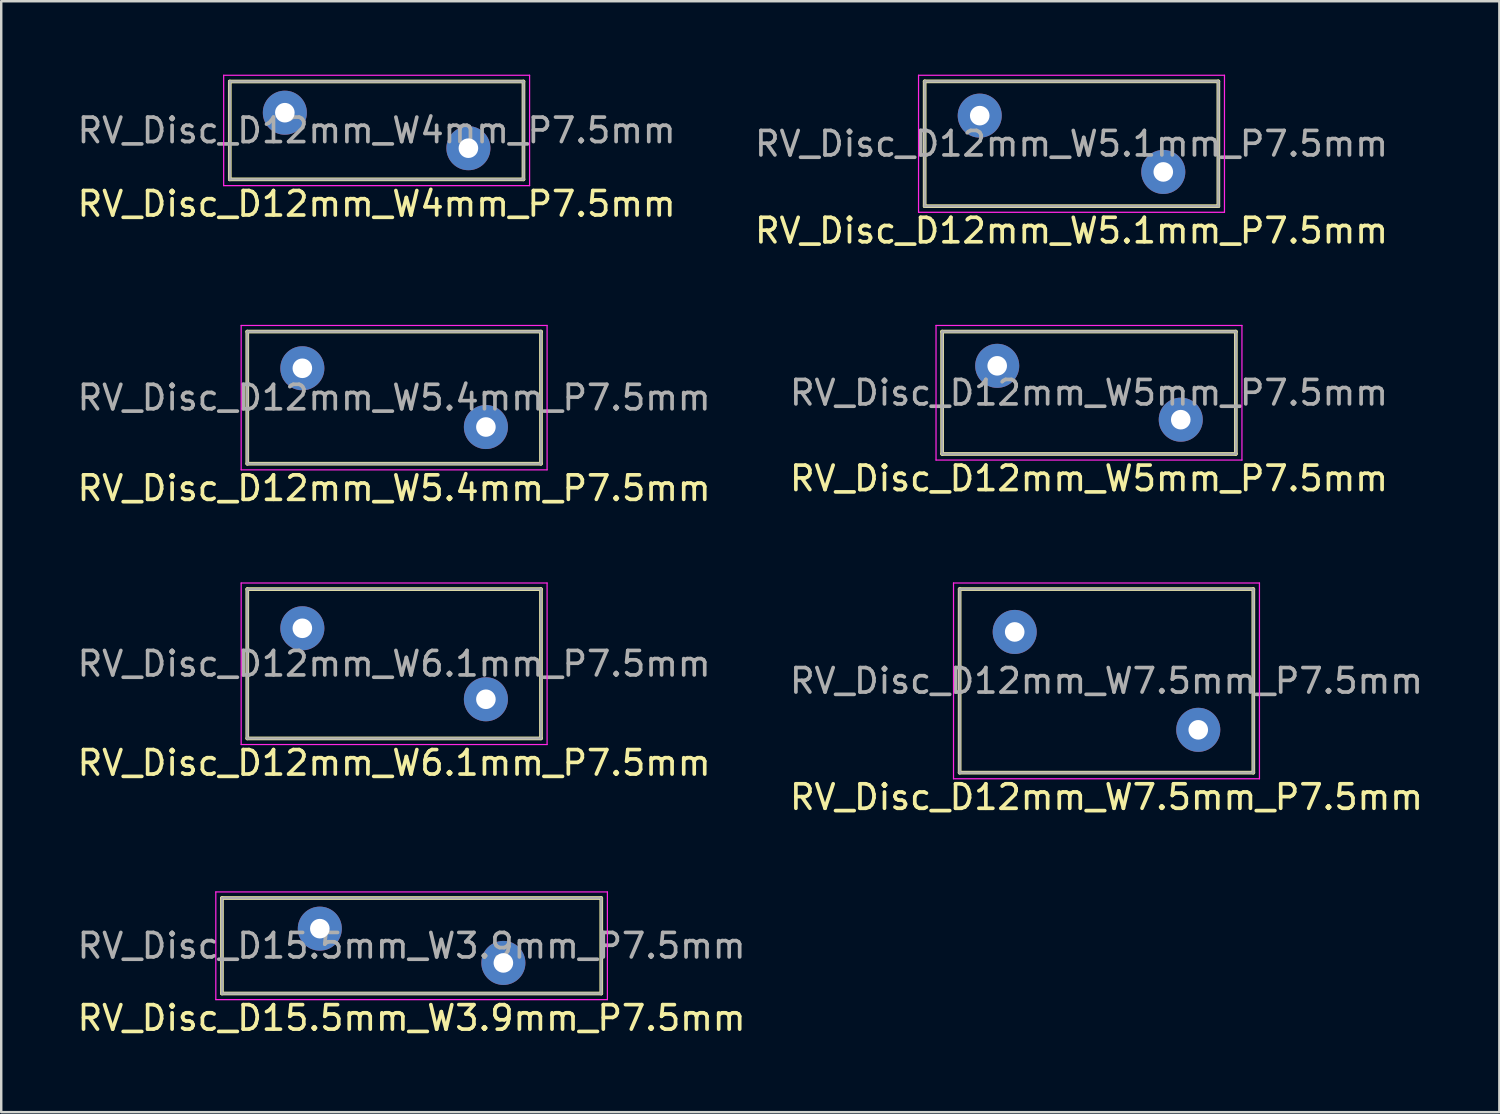
<source format=kicad_pcb>
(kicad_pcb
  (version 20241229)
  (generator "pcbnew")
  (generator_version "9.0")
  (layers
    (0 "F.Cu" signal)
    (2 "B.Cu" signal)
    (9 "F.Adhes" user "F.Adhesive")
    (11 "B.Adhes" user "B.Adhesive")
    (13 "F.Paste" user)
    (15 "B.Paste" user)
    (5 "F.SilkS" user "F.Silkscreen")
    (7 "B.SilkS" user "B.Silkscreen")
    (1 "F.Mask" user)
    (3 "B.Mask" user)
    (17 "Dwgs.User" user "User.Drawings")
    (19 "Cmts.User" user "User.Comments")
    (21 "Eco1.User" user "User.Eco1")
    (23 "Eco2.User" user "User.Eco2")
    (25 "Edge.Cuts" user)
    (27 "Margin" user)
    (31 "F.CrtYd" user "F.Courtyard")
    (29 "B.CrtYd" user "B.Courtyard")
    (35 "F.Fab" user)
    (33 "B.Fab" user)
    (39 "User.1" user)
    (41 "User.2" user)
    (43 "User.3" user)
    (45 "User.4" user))
  (footprint "RV_Disc_D12mm_W5mm_P7.5mm"
    (layer "F.Cu")
    (at 37.696 11.898)
    (property "Reference" "RV_Disc_D12mm_W5mm_P7.5mm" (at 3.75 4.6 0) (layer "F.SilkS") (effects (font (size 1 1) (thickness 0.15))))
    (attr through_hole)
    (fp_line (start -2.25 -1.4) (end -2.25 3.6) (stroke (width 0.15) (type solid)) (layer "F.SilkS"))
    (fp_line (start -2.25 -1.4) (end 9.75 -1.4) (stroke (width 0.15) (type solid)) (layer "F.SilkS"))
    (fp_line (start -2.25 3.6) (end 9.75 3.6) (stroke (width 0.15) (type solid)) (layer "F.SilkS"))
    (fp_line (start 9.75 -1.4) (end 9.75 3.6) (stroke (width 0.15) (type solid)) (layer "F.SilkS"))
    (fp_line (start -2.5 -1.65) (end -2.5 3.85) (stroke (width 0.05) (type solid)) (layer "F.CrtYd"))
    (fp_line (start -2.5 -1.65) (end 10 -1.65) (stroke (width 0.05) (type solid)) (layer "F.CrtYd"))
    (fp_line (start -2.5 3.85) (end 10 3.85) (stroke (width 0.05) (type solid)) (layer "F.CrtYd"))
    (fp_line (start 10 -1.65) (end 10 3.85) (stroke (width 0.05) (type solid)) (layer "F.CrtYd"))
    (fp_line (start -2.25 -1.4) (end -2.25 3.6) (stroke (width 0.1) (type solid)) (layer "F.Fab"))
    (fp_line (start -2.25 -1.4) (end 9.75 -1.4) (stroke (width 0.1) (type solid)) (layer "F.Fab"))
    (fp_line (start -2.25 3.6) (end 9.75 3.6) (stroke (width 0.1) (type solid)) (layer "F.Fab"))
    (fp_line (start 9.75 -1.4) (end 9.75 3.6) (stroke (width 0.1) (type solid)) (layer "F.Fab"))
    (fp_text user "${REFERENCE}" (at 3.75 1.1 0) (layer "F.Fab") (effects (font (size 1 1) (thickness 0.15))))
    (pad "1" thru_hole circle (at 0 0) (size 1.8 1.8) (drill 0.8) (layers "*.Cu" "*.Mask"))
    (pad "2" thru_hole circle (at 7.5 2.2) (size 1.8 1.8) (drill 0.8) (layers "*.Cu" "*.Mask")))
  (footprint "RV_Disc_D12mm_W5.4mm_P7.5mm"
    (layer "F.Cu")
    (at 9.304 11.998)
    (property "Reference" "RV_Disc_D12mm_W5.4mm_P7.5mm" (at 3.75 4.9 0) (layer "F.SilkS") (effects (font (size 1 1) (thickness 0.15))))
    (attr through_hole)
    (fp_line (start -2.25 -1.5) (end -2.25 3.9) (stroke (width 0.15) (type solid)) (layer "F.SilkS"))
    (fp_line (start -2.25 -1.5) (end 9.75 -1.5) (stroke (width 0.15) (type solid)) (layer "F.SilkS"))
    (fp_line (start -2.25 3.9) (end 9.75 3.9) (stroke (width 0.15) (type solid)) (layer "F.SilkS"))
    (fp_line (start 9.75 -1.5) (end 9.75 3.9) (stroke (width 0.15) (type solid)) (layer "F.SilkS"))
    (fp_line (start -2.5 -1.75) (end -2.5 4.15) (stroke (width 0.05) (type solid)) (layer "F.CrtYd"))
    (fp_line (start -2.5 -1.75) (end 10 -1.75) (stroke (width 0.05) (type solid)) (layer "F.CrtYd"))
    (fp_line (start -2.5 4.15) (end 10 4.15) (stroke (width 0.05) (type solid)) (layer "F.CrtYd"))
    (fp_line (start 10 -1.75) (end 10 4.15) (stroke (width 0.05) (type solid)) (layer "F.CrtYd"))
    (fp_line (start -2.25 -1.5) (end -2.25 3.9) (stroke (width 0.1) (type solid)) (layer "F.Fab"))
    (fp_line (start -2.25 -1.5) (end 9.75 -1.5) (stroke (width 0.1) (type solid)) (layer "F.Fab"))
    (fp_line (start -2.25 3.9) (end 9.75 3.9) (stroke (width 0.1) (type solid)) (layer "F.Fab"))
    (fp_line (start 9.75 -1.5) (end 9.75 3.9) (stroke (width 0.1) (type solid)) (layer "F.Fab"))
    (fp_text user "${REFERENCE}" (at 3.75 1.2 0) (layer "F.Fab") (effects (font (size 1 1) (thickness 0.15))))
    (pad "1" thru_hole circle (at 0 0) (size 1.8 1.8) (drill 0.8) (layers "*.Cu" "*.Mask"))
    (pad "2" thru_hole circle (at 7.5 2.4) (size 1.8 1.8) (drill 0.8) (layers "*.Cu" "*.Mask")))
  (footprint "RV_Disc_D12mm_W7.5mm_P7.5mm"
    (layer "F.Cu")
    (at 38.411 22.771)
    (property "Reference" "RV_Disc_D12mm_W7.5mm_P7.5mm" (at 3.75 6.75 0) (layer "F.SilkS") (effects (font (size 1 1) (thickness 0.15))))
    (attr through_hole)
    (fp_line (start -2.25 -1.75) (end -2.25 5.75) (stroke (width 0.15) (type solid)) (layer "F.SilkS"))
    (fp_line (start -2.25 -1.75) (end 9.75 -1.75) (stroke (width 0.15) (type solid)) (layer "F.SilkS"))
    (fp_line (start -2.25 5.75) (end 9.75 5.75) (stroke (width 0.15) (type solid)) (layer "F.SilkS"))
    (fp_line (start 9.75 -1.75) (end 9.75 5.75) (stroke (width 0.15) (type solid)) (layer "F.SilkS"))
    (fp_line (start -2.5 -2) (end -2.5 6) (stroke (width 0.05) (type solid)) (layer "F.CrtYd"))
    (fp_line (start -2.5 -2) (end 10 -2) (stroke (width 0.05) (type solid)) (layer "F.CrtYd"))
    (fp_line (start -2.5 6) (end 10 6) (stroke (width 0.05) (type solid)) (layer "F.CrtYd"))
    (fp_line (start 10 -2) (end 10 6) (stroke (width 0.05) (type solid)) (layer "F.CrtYd"))
    (fp_line (start -2.25 -1.75) (end -2.25 5.75) (stroke (width 0.1) (type solid)) (layer "F.Fab"))
    (fp_line (start -2.25 -1.75) (end 9.75 -1.75) (stroke (width 0.1) (type solid)) (layer "F.Fab"))
    (fp_line (start -2.25 5.75) (end 9.75 5.75) (stroke (width 0.1) (type solid)) (layer "F.Fab"))
    (fp_line (start 9.75 -1.75) (end 9.75 5.75) (stroke (width 0.1) (type solid)) (layer "F.Fab"))
    (fp_text user "${REFERENCE}" (at 3.75 2 0) (layer "F.Fab") (effects (font (size 1 1) (thickness 0.15))))
    (pad "1" thru_hole circle (at 0 0) (size 1.8 1.8) (drill 0.8) (layers "*.Cu" "*.Mask"))
    (pad "2" thru_hole circle (at 7.5 4) (size 1.8 1.8) (drill 0.8) (layers "*.Cu" "*.Mask")))
  (footprint "RV_Disc_D12mm_W5.1mm_P7.5mm"
    (layer "F.Cu")
    (at 36.982 1.675)
    (property "Reference" "RV_Disc_D12mm_W5.1mm_P7.5mm" (at 3.75 4.7 0) (layer "F.SilkS") (effects (font (size 1 1) (thickness 0.15))))
    (attr through_hole)
    (fp_line (start -2.25 -1.4) (end -2.25 3.7) (stroke (width 0.15) (type solid)) (layer "F.SilkS"))
    (fp_line (start -2.25 -1.4) (end 9.75 -1.4) (stroke (width 0.15) (type solid)) (layer "F.SilkS"))
    (fp_line (start -2.25 3.7) (end 9.75 3.7) (stroke (width 0.15) (type solid)) (layer "F.SilkS"))
    (fp_line (start 9.75 -1.4) (end 9.75 3.7) (stroke (width 0.15) (type solid)) (layer "F.SilkS"))
    (fp_line (start -2.5 -1.65) (end -2.5 3.95) (stroke (width 0.05) (type solid)) (layer "F.CrtYd"))
    (fp_line (start -2.5 -1.65) (end 10 -1.65) (stroke (width 0.05) (type solid)) (layer "F.CrtYd"))
    (fp_line (start -2.5 3.95) (end 10 3.95) (stroke (width 0.05) (type solid)) (layer "F.CrtYd"))
    (fp_line (start 10 -1.65) (end 10 3.95) (stroke (width 0.05) (type solid)) (layer "F.CrtYd"))
    (fp_line (start -2.25 -1.4) (end -2.25 3.7) (stroke (width 0.1) (type solid)) (layer "F.Fab"))
    (fp_line (start -2.25 -1.4) (end 9.75 -1.4) (stroke (width 0.1) (type solid)) (layer "F.Fab"))
    (fp_line (start -2.25 3.7) (end 9.75 3.7) (stroke (width 0.1) (type solid)) (layer "F.Fab"))
    (fp_line (start 9.75 -1.4) (end 9.75 3.7) (stroke (width 0.1) (type solid)) (layer "F.Fab"))
    (fp_text user "${REFERENCE}" (at 3.75 1.15 0) (layer "F.Fab") (effects (font (size 1 1) (thickness 0.15))))
    (pad "1" thru_hole circle (at 0 0) (size 1.8 1.8) (drill 0.8) (layers "*.Cu" "*.Mask"))
    (pad "2" thru_hole circle (at 7.5 2.3) (size 1.8 1.8) (drill 0.8) (layers "*.Cu" "*.Mask")))
  (footprint "RV_Disc_D12mm_W4mm_P7.5mm"
    (layer "F.Cu")
    (at 8.589 1.555)
    (property "Reference" "RV_Disc_D12mm_W4mm_P7.5mm" (at 3.75 3.725 0) (layer "F.SilkS") (effects (font (size 1 1) (thickness 0.15))))
    (attr through_hole)
    (fp_line (start -2.25 -1.275) (end -2.25 2.725) (stroke (width 0.15) (type solid)) (layer "F.SilkS"))
    (fp_line (start -2.25 -1.275) (end 9.75 -1.275) (stroke (width 0.15) (type solid)) (layer "F.SilkS"))
    (fp_line (start -2.25 2.725) (end 9.75 2.725) (stroke (width 0.15) (type solid)) (layer "F.SilkS"))
    (fp_line (start 9.75 -1.275) (end 9.75 2.725) (stroke (width 0.15) (type solid)) (layer "F.SilkS"))
    (fp_line (start -2.5 -1.53) (end -2.5 2.98) (stroke (width 0.05) (type solid)) (layer "F.CrtYd"))
    (fp_line (start -2.5 -1.53) (end 10 -1.53) (stroke (width 0.05) (type solid)) (layer "F.CrtYd"))
    (fp_line (start -2.5 2.98) (end 10 2.98) (stroke (width 0.05) (type solid)) (layer "F.CrtYd"))
    (fp_line (start 10 -1.53) (end 10 2.98) (stroke (width 0.05) (type solid)) (layer "F.CrtYd"))
    (fp_line (start -2.25 -1.275) (end -2.25 2.725) (stroke (width 0.1) (type solid)) (layer "F.Fab"))
    (fp_line (start -2.25 -1.275) (end 9.75 -1.275) (stroke (width 0.1) (type solid)) (layer "F.Fab"))
    (fp_line (start -2.25 2.725) (end 9.75 2.725) (stroke (width 0.1) (type solid)) (layer "F.Fab"))
    (fp_line (start 9.75 -1.275) (end 9.75 2.725) (stroke (width 0.1) (type solid)) (layer "F.Fab"))
    (fp_text user "${REFERENCE}" (at 3.75 0.725 0) (layer "F.Fab") (effects (font (size 1 1) (thickness 0.15))))
    (pad "1" thru_hole circle (at 0 0) (size 1.8 1.8) (drill 0.8) (layers "*.Cu" "*.Mask"))
    (pad "2" thru_hole circle (at 7.5 1.45) (size 1.8 1.8) (drill 0.8) (layers "*.Cu" "*.Mask")))
  (footprint "RV_Disc_D15.5mm_W3.9mm_P7.5mm"
    (layer "F.Cu")
    (at 10.018 34.895)
    (property "Reference" "RV_Disc_D15.5mm_W3.9mm_P7.5mm" (at 3.75 3.65 0) (layer "F.SilkS") (effects (font (size 1 1) (thickness 0.15))))
    (attr through_hole)
    (fp_line (start -4 -1.25) (end -4 2.65) (stroke (width 0.15) (type solid)) (layer "F.SilkS"))
    (fp_line (start -4 -1.25) (end 11.5 -1.25) (stroke (width 0.15) (type solid)) (layer "F.SilkS"))
    (fp_line (start -4 2.65) (end 11.5 2.65) (stroke (width 0.15) (type solid)) (layer "F.SilkS"))
    (fp_line (start 11.5 -1.25) (end 11.5 2.65) (stroke (width 0.15) (type solid)) (layer "F.SilkS"))
    (fp_line (start -4.25 -1.5) (end -4.25 2.9) (stroke (width 0.05) (type solid)) (layer "F.CrtYd"))
    (fp_line (start -4.25 -1.5) (end 11.75 -1.5) (stroke (width 0.05) (type solid)) (layer "F.CrtYd"))
    (fp_line (start -4.25 2.9) (end 11.75 2.9) (stroke (width 0.05) (type solid)) (layer "F.CrtYd"))
    (fp_line (start 11.75 -1.5) (end 11.75 2.9) (stroke (width 0.05) (type solid)) (layer "F.CrtYd"))
    (fp_line (start -4 -1.25) (end -4 2.65) (stroke (width 0.1) (type solid)) (layer "F.Fab"))
    (fp_line (start -4 -1.25) (end 11.5 -1.25) (stroke (width 0.1) (type solid)) (layer "F.Fab"))
    (fp_line (start -4 2.65) (end 11.5 2.65) (stroke (width 0.1) (type solid)) (layer "F.Fab"))
    (fp_line (start 11.5 -1.25) (end 11.5 2.65) (stroke (width 0.1) (type solid)) (layer "F.Fab"))
    (fp_text user "${REFERENCE}" (at 3.75 0.7 0) (layer "F.Fab") (effects (font (size 1 1) (thickness 0.15))))
    (pad "1" thru_hole circle (at 0 0) (size 1.8 1.8) (drill 0.8) (layers "*.Cu" "*.Mask"))
    (pad "2" thru_hole circle (at 7.5 1.4) (size 1.8 1.8) (drill 0.8) (layers "*.Cu" "*.Mask")))
  (footprint "RV_Disc_D12mm_W6.1mm_P7.5mm"
    (layer "F.Cu")
    (at 9.304 22.622)
    (property "Reference" "RV_Disc_D12mm_W6.1mm_P7.5mm" (at 3.75 5.5 0) (layer "F.SilkS") (effects (font (size 1 1) (thickness 0.15))))
    (attr through_hole)
    (fp_line (start -2.25 -1.6) (end -2.25 4.5) (stroke (width 0.15) (type solid)) (layer "F.SilkS"))
    (fp_line (start -2.25 -1.6) (end 9.75 -1.6) (stroke (width 0.15) (type solid)) (layer "F.SilkS"))
    (fp_line (start -2.25 4.5) (end 9.75 4.5) (stroke (width 0.15) (type solid)) (layer "F.SilkS"))
    (fp_line (start 9.75 -1.6) (end 9.75 4.5) (stroke (width 0.15) (type solid)) (layer "F.SilkS"))
    (fp_line (start -2.5 -1.85) (end -2.5 4.75) (stroke (width 0.05) (type solid)) (layer "F.CrtYd"))
    (fp_line (start -2.5 -1.85) (end 10 -1.85) (stroke (width 0.05) (type solid)) (layer "F.CrtYd"))
    (fp_line (start -2.5 4.75) (end 10 4.75) (stroke (width 0.05) (type solid)) (layer "F.CrtYd"))
    (fp_line (start 10 -1.85) (end 10 4.75) (stroke (width 0.05) (type solid)) (layer "F.CrtYd"))
    (fp_line (start -2.25 -1.6) (end -2.25 4.5) (stroke (width 0.1) (type solid)) (layer "F.Fab"))
    (fp_line (start -2.25 -1.6) (end 9.75 -1.6) (stroke (width 0.1) (type solid)) (layer "F.Fab"))
    (fp_line (start -2.25 4.5) (end 9.75 4.5) (stroke (width 0.1) (type solid)) (layer "F.Fab"))
    (fp_line (start 9.75 -1.6) (end 9.75 4.5) (stroke (width 0.1) (type solid)) (layer "F.Fab"))
    (fp_text user "${REFERENCE}" (at 3.75 1.45 0) (layer "F.Fab") (effects (font (size 1 1) (thickness 0.15))))
    (pad "1" thru_hole circle (at 0 0) (size 1.8 1.8) (drill 0.8) (layers "*.Cu" "*.Mask"))
    (pad "2" thru_hole circle (at 7.5 2.9) (size 1.8 1.8) (drill 0.8) (layers "*.Cu" "*.Mask")))
  (gr_rect
    (start -3 -3)
    (end 58.214 42.393)
    (stroke (width 0.1) (type default))
    (fill no)
    (layer "Edge.Cuts")))
</source>
